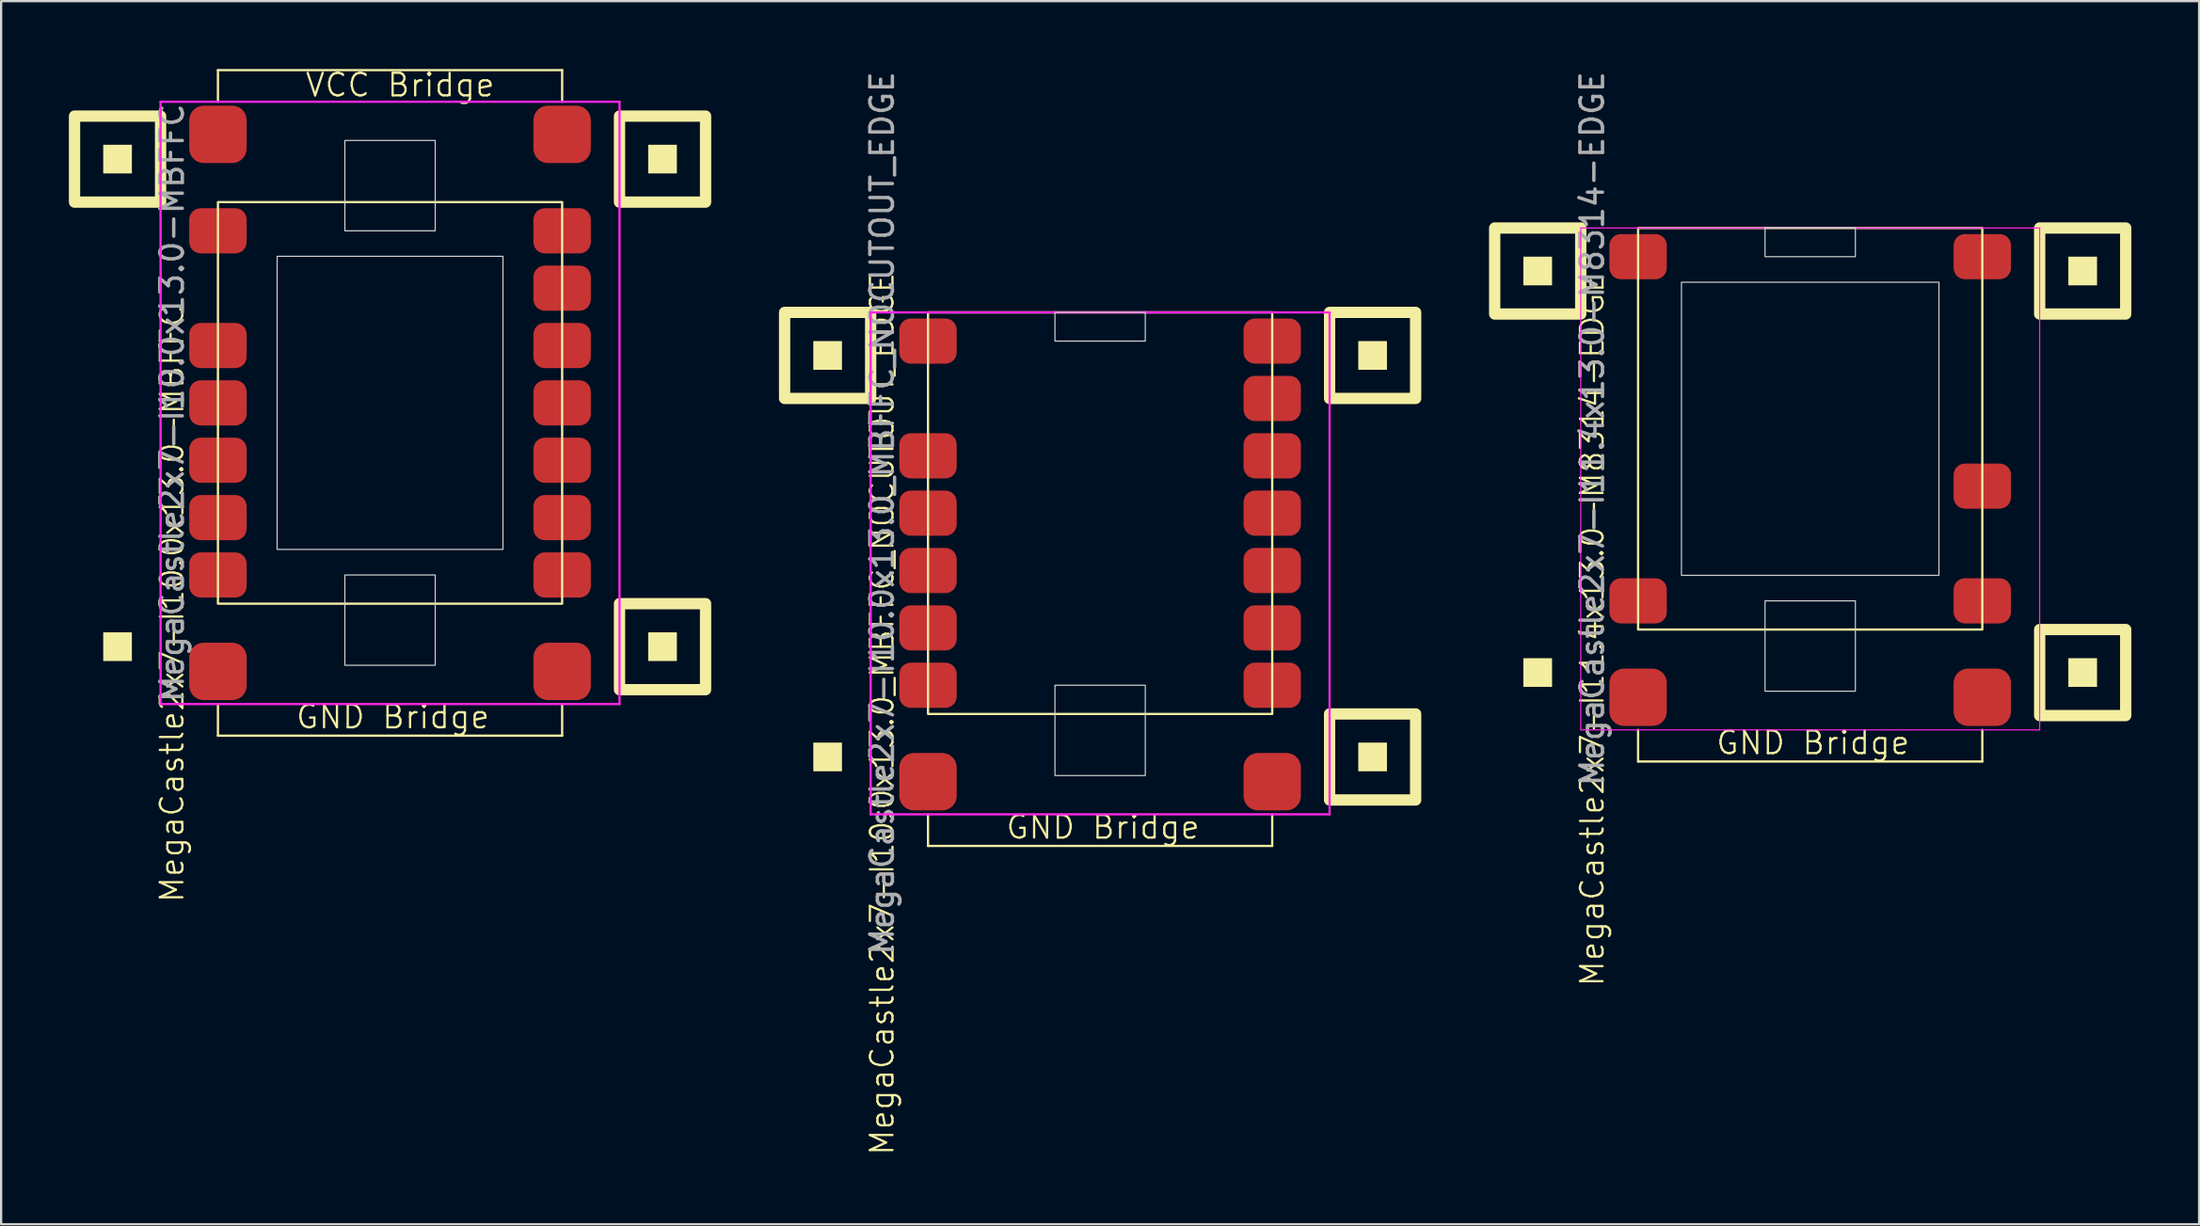
<source format=kicad_pcb>
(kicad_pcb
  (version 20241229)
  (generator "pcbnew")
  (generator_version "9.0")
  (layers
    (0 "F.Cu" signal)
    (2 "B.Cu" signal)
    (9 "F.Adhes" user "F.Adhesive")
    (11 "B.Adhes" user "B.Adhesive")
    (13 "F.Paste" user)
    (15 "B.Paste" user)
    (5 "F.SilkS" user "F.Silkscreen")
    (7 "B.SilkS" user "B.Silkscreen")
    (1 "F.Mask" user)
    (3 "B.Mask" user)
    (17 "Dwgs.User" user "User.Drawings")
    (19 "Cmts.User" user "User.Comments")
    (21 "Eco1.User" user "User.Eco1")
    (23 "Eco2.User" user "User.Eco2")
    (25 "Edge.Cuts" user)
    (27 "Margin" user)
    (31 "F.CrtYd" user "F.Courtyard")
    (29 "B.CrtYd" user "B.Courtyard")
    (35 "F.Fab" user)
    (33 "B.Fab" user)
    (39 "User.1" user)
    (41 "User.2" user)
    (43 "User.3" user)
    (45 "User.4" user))
  (footprint "MegaCastle2x7-I10.0x13.0-MBFFC"
    (layer "F.Cu")
    (at 14.22 14.79)
    (property "Reference" "MegaCastle2x7-I10.0x13.0-MBFFC" (at -9.652 8.89 90) (unlocked yes) (layer "F.SilkS") (effects (font (size 1 1) (thickness 0.1))))
    (attr smd)
    (fp_line (start -7.62 -14.735) (end 7.62 -14.735) (stroke (width 0.1) (type default)) (layer "F.SilkS"))
    (fp_line (start -7.62 -13.335) (end -7.62 -14.735) (stroke (width 0.1) (type default)) (layer "F.SilkS"))
    (fp_line (start -7.62 13.335) (end -7.62 14.735) (stroke (width 0.1) (type default)) (layer "F.SilkS"))
    (fp_line (start -7.62 14.735) (end 7.62 14.735) (stroke (width 0.1) (type default)) (layer "F.SilkS"))
    (fp_line (start 7.62 -13.335) (end 7.62 -14.735) (stroke (width 0.1) (type default)) (layer "F.SilkS"))
    (fp_line (start 7.62 13.335) (end 7.62 14.735) (stroke (width 0.1) (type default)) (layer "F.SilkS"))
    (fp_rect (start -11.43 -10.16) (end -12.7 -11.43) (stroke (width 0) (type solid)) (fill yes) (layer "F.SilkS"))
    (fp_rect (start -11.43 11.43) (end -12.7 10.16) (stroke (width 0) (type solid)) (fill yes) (layer "F.SilkS"))
    (fp_rect (start -10.16 -8.89) (end -13.97 -12.7) (stroke (width 0.5) (type default)) (fill no) (layer "F.SilkS"))
    (fp_rect (start -7.62 -8.89) (end 7.62 8.89) (stroke (width 0.1) (type default)) (fill no) (layer "F.SilkS"))
    (fp_rect (start 12.7 -10.16) (end 11.43 -11.43) (stroke (width 0) (type solid)) (fill yes) (layer "F.SilkS"))
    (fp_rect (start 12.7 11.43) (end 11.43 10.16) (stroke (width 0) (type solid)) (fill yes) (layer "F.SilkS"))
    (fp_rect (start 13.97 -8.89) (end 10.16 -12.7) (stroke (width 0.5) (type default)) (fill no) (layer "F.SilkS"))
    (fp_rect (start 13.97 12.7) (end 10.16 8.89) (stroke (width 0.5) (type default)) (fill no) (layer "F.SilkS"))
    (fp_rect (start -5 -6.49) (end 5 6.49) (stroke (width 0.05) (type default)) (fill no) (layer "Edge.Cuts"))
    (fp_rect (start -2 -7.62) (end 2 -11.62) (stroke (width 0.05) (type default)) (fill no) (layer "Edge.Cuts"))
    (fp_rect (start -2 7.62) (end 2 11.62) (stroke (width 0.05) (type default)) (fill no) (layer "Edge.Cuts"))
    (fp_line (start -10.16 -13.335) (end -10.16 13.335) (stroke (width 0.1) (type default)) (layer "F.CrtYd"))
    (fp_line (start -10.16 13.335) (end 10.16 13.335) (stroke (width 0.1) (type default)) (layer "F.CrtYd"))
    (fp_line (start 10.16 -13.335) (end -10.16 -13.335) (stroke (width 0.1) (type default)) (layer "F.CrtYd"))
    (fp_line (start 10.16 -13.335) (end 10.16 13.335) (stroke (width 0.1) (type default)) (layer "F.CrtYd"))
    (fp_text user "GND Bridge" (at -4.226 14.49 0) (unlocked yes) (layer "F.SilkS") (effects (font (size 1 1) (thickness 0.1)) (justify left bottom)))
    (fp_text user "VCC Bridge" (at -3.81 -13.49 0) (unlocked yes) (layer "F.SilkS") (effects (font (size 1 1) (thickness 0.1)) (justify left bottom)))
    (fp_text user "${REFERENCE}" (at -9.652 0 90) (unlocked yes) (layer "F.Fab") (effects (font (size 1 1) (thickness 0.15))))
    (pad "1" smd roundrect (at -7.62 -7.62) (size 2.54 2) (layers "F.Cu" "F.Mask" "F.Paste") (roundrect_rratio 0.25))
    (pad "3" smd roundrect (at -7.62 -2.54) (size 2.54 2) (layers "F.Cu" "F.Mask" "F.Paste") (roundrect_rratio 0.25))
    (pad "4" smd roundrect (at -7.62 0) (size 2.54 2) (layers "F.Cu" "F.Mask" "F.Paste") (roundrect_rratio 0.25))
    (pad "5" smd roundrect (at -7.62 2.54) (size 2.54 2) (layers "F.Cu" "F.Mask" "F.Paste") (roundrect_rratio 0.25))
    (pad "6" smd roundrect (at -7.62 5.08) (size 2.54 2) (layers "F.Cu" "F.Mask" "F.Paste") (roundrect_rratio 0.25))
    (pad "7" smd roundrect (at -7.62 7.62) (size 2.54 2) (layers "F.Cu" "F.Mask" "F.Paste") (roundrect_rratio 0.25))
    (pad "8" smd roundrect (at 7.62 -7.62) (size 2.54 2) (layers "F.Cu" "F.Mask" "F.Paste") (roundrect_rratio 0.25))
    (pad "9" smd roundrect (at 7.62 -5.08) (size 2.54 2) (layers "F.Cu" "F.Mask" "F.Paste") (roundrect_rratio 0.25))
    (pad "10" smd roundrect (at 7.62 -2.54) (size 2.54 2) (layers "F.Cu" "F.Mask" "F.Paste") (roundrect_rratio 0.25))
    (pad "11" smd roundrect (at 7.62 0) (size 2.54 2) (layers "F.Cu" "F.Mask" "F.Paste") (roundrect_rratio 0.25))
    (pad "12" smd roundrect (at 7.62 2.54) (size 2.54 2) (layers "F.Cu" "F.Mask" "F.Paste") (roundrect_rratio 0.25))
    (pad "13" smd roundrect (at 7.62 5.08) (size 2.54 2) (layers "F.Cu" "F.Mask" "F.Paste") (roundrect_rratio 0.25))
    (pad "14" smd roundrect (at 7.62 7.62) (size 2.54 2) (layers "F.Cu" "F.Mask" "F.Paste") (roundrect_rratio 0.25))
    (pad "A1" smd roundrect (at -7.62 -11.89) (size 2.54 2.54) (layers "F.Cu" "F.Mask" "F.Paste") (roundrect_rratio 0.25))
    (pad "A2" smd roundrect (at 7.62 -11.89) (size 2.54 2.54) (layers "F.Cu" "F.Mask" "F.Paste") (roundrect_rratio 0.25))
    (pad "B1" smd roundrect (at -7.62 11.89) (size 2.54 2.54) (layers "F.Cu" "F.Mask" "F.Paste") (roundrect_rratio 0.25))
    (pad "B2" smd roundrect (at 7.62 11.89) (size 2.54 2.54) (layers "F.Cu" "F.Mask" "F.Paste") (roundrect_rratio 0.25)))
  (footprint "MegaCastle2x7-I11.4x13.0-M8314-EDGE"
    (layer "F.Cu")
    (at 77.1 15.935)
    (property "Reference" "MegaCastle2x7-I11.4x13.0-M8314-EDGE" (at -9.652 8.89 90) (unlocked yes) (layer "F.SilkS") (effects (font (size 1 1) (thickness 0.1))))
    (attr smd)
    (fp_line (start -7.62 13.335) (end -7.62 14.735) (stroke (width 0.1) (type default)) (layer "F.SilkS"))
    (fp_line (start -7.62 14.735) (end 7.62 14.735) (stroke (width 0.1) (type default)) (layer "F.SilkS"))
    (fp_line (start 7.62 13.335) (end 7.62 14.735) (stroke (width 0.1) (type default)) (layer "F.SilkS"))
    (fp_rect (start -11.43 -6.35) (end -12.7 -7.62) (stroke (width 0) (type solid)) (fill yes) (layer "F.SilkS"))
    (fp_rect (start -11.43 11.43) (end -12.7 10.16) (stroke (width 0) (type solid)) (fill yes) (layer "F.SilkS"))
    (fp_rect (start -10.16 -5.08) (end -13.97 -8.89) (stroke (width 0.5) (type default)) (fill no) (layer "F.SilkS"))
    (fp_rect (start -7.62 -8.89) (end 7.62 8.89) (stroke (width 0.1) (type default)) (fill no) (layer "F.SilkS"))
    (fp_rect (start 12.7 -6.35) (end 11.43 -7.62) (stroke (width 0) (type solid)) (fill yes) (layer "F.SilkS"))
    (fp_rect (start 12.7 11.43) (end 11.43 10.16) (stroke (width 0) (type solid)) (fill yes) (layer "F.SilkS"))
    (fp_rect (start 13.97 -5.08) (end 10.16 -8.89) (stroke (width 0.5) (type default)) (fill no) (layer "F.SilkS"))
    (fp_rect (start 13.97 12.7) (end 10.16 8.89) (stroke (width 0.5) (type default)) (fill no) (layer "F.SilkS"))
    (fp_rect (start -5.7 -6.49) (end 5.7 6.49) (stroke (width 0.05) (type default)) (fill no) (layer "Edge.Cuts"))
    (fp_rect (start -2 -7.62) (end 2 -8.89) (stroke (width 0.05) (type default)) (fill no) (layer "Edge.Cuts"))
    (fp_rect (start -2 7.62) (end 2 11.62) (stroke (width 0.05) (type default)) (fill no) (layer "Edge.Cuts"))
    (fp_line (start -10.16 -8.89) (end -10.16 13.335) (stroke (width 0.05) (type default)) (layer "F.CrtYd"))
    (fp_line (start -10.16 13.335) (end 10.16 13.335) (stroke (width 0.05) (type default)) (layer "F.CrtYd"))
    (fp_line (start 10.16 -8.89) (end -10.16 -8.89) (stroke (width 0.05) (type default)) (layer "F.CrtYd"))
    (fp_line (start 10.16 -8.89) (end 10.16 13.335) (stroke (width 0.05) (type default)) (layer "F.CrtYd"))
    (fp_text user "GND Bridge" (at -4.226 14.49 0) (unlocked yes) (layer "F.SilkS") (effects (font (size 1 1) (thickness 0.1)) (justify left bottom)))
    (fp_text user "${REFERENCE}" (at -9.652 0 90) (unlocked yes) (layer "F.Fab") (effects (font (size 1 1) (thickness 0.15))))
    (pad "1" smd roundrect (at -7.62 -7.62) (size 2.54 2) (layers "F.Cu" "F.Mask" "F.Paste") (roundrect_rratio 0.25))
    (pad "7" smd roundrect (at -7.62 7.62) (size 2.54 2) (layers "F.Cu" "F.Mask" "F.Paste") (roundrect_rratio 0.25))
    (pad "8" smd roundrect (at 7.62 -7.62) (size 2.54 2) (layers "F.Cu" "F.Mask" "F.Paste") (roundrect_rratio 0.25))
    (pad "12" smd roundrect (at 7.62 2.54) (size 2.54 2) (layers "F.Cu" "F.Mask" "F.Paste") (roundrect_rratio 0.25))
    (pad "14" smd roundrect (at 7.62 7.62) (size 2.54 2) (layers "F.Cu" "F.Mask" "F.Paste") (roundrect_rratio 0.25))
    (pad "B1" smd roundrect (at -7.62 11.89) (size 2.54 2.54) (layers "F.Cu" "F.Mask" "F.Paste") (roundrect_rratio 0.25))
    (pad "B2" smd roundrect (at 7.62 11.89) (size 2.54 2.54) (layers "F.Cu" "F.Mask" "F.Paste") (roundrect_rratio 0.25)))
  (footprint "MegaCastle2x7-I10.0x13.0_MBFFC_NOCUTOUT_EDGE"
    (layer "F.Cu")
    (at 45.66 19.673)
    (property "Reference" "MegaCastle2x7-I10.0x13.0_MBFFC_NOCUTOUT_EDGE" (at -9.652 8.89 90) (unlocked yes) (layer "F.SilkS") (effects (font (size 1 1) (thickness 0.1))))
    (attr smd)
    (fp_line (start -7.62 13.335) (end -7.62 14.735) (stroke (width 0.1) (type default)) (layer "F.SilkS"))
    (fp_line (start -7.62 14.735) (end 7.62 14.735) (stroke (width 0.1) (type default)) (layer "F.SilkS"))
    (fp_line (start 7.62 13.335) (end 7.62 14.735) (stroke (width 0.1) (type default)) (layer "F.SilkS"))
    (fp_rect (start -11.43 -6.35) (end -12.7 -7.62) (stroke (width 0) (type solid)) (fill yes) (layer "F.SilkS"))
    (fp_rect (start -11.43 11.43) (end -12.7 10.16) (stroke (width 0) (type solid)) (fill yes) (layer "F.SilkS"))
    (fp_rect (start -10.16 -5.08) (end -13.97 -8.89) (stroke (width 0.5) (type default)) (fill no) (layer "F.SilkS"))
    (fp_rect (start -7.62 -8.89) (end 7.62 8.89) (stroke (width 0.1) (type default)) (fill no) (layer "F.SilkS"))
    (fp_rect (start 12.7 -6.35) (end 11.43 -7.62) (stroke (width 0) (type solid)) (fill yes) (layer "F.SilkS"))
    (fp_rect (start 12.7 11.43) (end 11.43 10.16) (stroke (width 0) (type solid)) (fill yes) (layer "F.SilkS"))
    (fp_rect (start 13.97 -5.08) (end 10.16 -8.89) (stroke (width 0.5) (type default)) (fill no) (layer "F.SilkS"))
    (fp_rect (start 13.97 12.7) (end 10.16 8.89) (stroke (width 0.5) (type default)) (fill no) (layer "F.SilkS"))
    (fp_rect (start -2 -7.62) (end 2 -8.89) (stroke (width 0.05) (type default)) (fill no) (layer "Edge.Cuts"))
    (fp_rect (start -2 7.62) (end 2 11.62) (stroke (width 0.05) (type default)) (fill no) (layer "Edge.Cuts"))
    (fp_line (start -10.16 -8.89) (end -10.16 13.335) (stroke (width 0.1) (type default)) (layer "F.CrtYd"))
    (fp_line (start -10.16 13.335) (end 10.16 13.335) (stroke (width 0.1) (type default)) (layer "F.CrtYd"))
    (fp_line (start 10.16 -8.89) (end -10.16 -8.89) (stroke (width 0.1) (type default)) (layer "F.CrtYd"))
    (fp_line (start 10.16 -8.89) (end 10.16 13.335) (stroke (width 0.1) (type default)) (layer "F.CrtYd"))
    (fp_text user "GND Bridge" (at -4.226 14.49 0) (unlocked yes) (layer "F.SilkS") (effects (font (size 1 1) (thickness 0.1)) (justify left bottom)))
    (fp_text user "${REFERENCE}" (at -9.652 0 90) (unlocked yes) (layer "F.Fab") (effects (font (size 1 1) (thickness 0.15))))
    (pad "1" smd roundrect (at -7.62 -7.62) (size 2.54 2) (layers "F.Cu" "F.Mask" "F.Paste") (roundrect_rratio 0.25))
    (pad "3" smd roundrect (at -7.62 -2.54) (size 2.54 2) (layers "F.Cu" "F.Mask" "F.Paste") (roundrect_rratio 0.25))
    (pad "4" smd roundrect (at -7.62 0) (size 2.54 2) (layers "F.Cu" "F.Mask" "F.Paste") (roundrect_rratio 0.25))
    (pad "5" smd roundrect (at -7.62 2.54) (size 2.54 2) (layers "F.Cu" "F.Mask" "F.Paste") (roundrect_rratio 0.25))
    (pad "6" smd roundrect (at -7.62 5.08) (size 2.54 2) (layers "F.Cu" "F.Mask" "F.Paste") (roundrect_rratio 0.25))
    (pad "7" smd roundrect (at -7.62 7.62) (size 2.54 2) (layers "F.Cu" "F.Mask" "F.Paste") (roundrect_rratio 0.25))
    (pad "8" smd roundrect (at 7.62 -7.62) (size 2.54 2) (layers "F.Cu" "F.Mask" "F.Paste") (roundrect_rratio 0.25))
    (pad "9" smd roundrect (at 7.62 -5.08) (size 2.54 2) (layers "F.Cu" "F.Mask" "F.Paste") (roundrect_rratio 0.25))
    (pad "10" smd roundrect (at 7.62 -2.54) (size 2.54 2) (layers "F.Cu" "F.Mask" "F.Paste") (roundrect_rratio 0.25))
    (pad "11" smd roundrect (at 7.62 0) (size 2.54 2) (layers "F.Cu" "F.Mask" "F.Paste") (roundrect_rratio 0.25))
    (pad "12" smd roundrect (at 7.62 2.54) (size 2.54 2) (layers "F.Cu" "F.Mask" "F.Paste") (roundrect_rratio 0.25))
    (pad "13" smd roundrect (at 7.62 5.08) (size 2.54 2) (layers "F.Cu" "F.Mask" "F.Paste") (roundrect_rratio 0.25))
    (pad "14" smd roundrect (at 7.62 7.62) (size 2.54 2) (layers "F.Cu" "F.Mask" "F.Paste") (roundrect_rratio 0.25))
    (pad "B1" smd roundrect (at -7.62 11.89) (size 2.54 2.54) (layers "F.Cu" "F.Mask" "F.Paste") (roundrect_rratio 0.25))
    (pad "B2" smd roundrect (at 7.62 11.89) (size 2.54 2.54) (layers "F.Cu" "F.Mask" "F.Paste") (roundrect_rratio 0.25)))
  (gr_rect
    (start -3 -3)
    (end 94.32 51.16)
    (stroke (width 0.1) (type default))
    (fill no)
    (layer "Edge.Cuts")))
</source>
